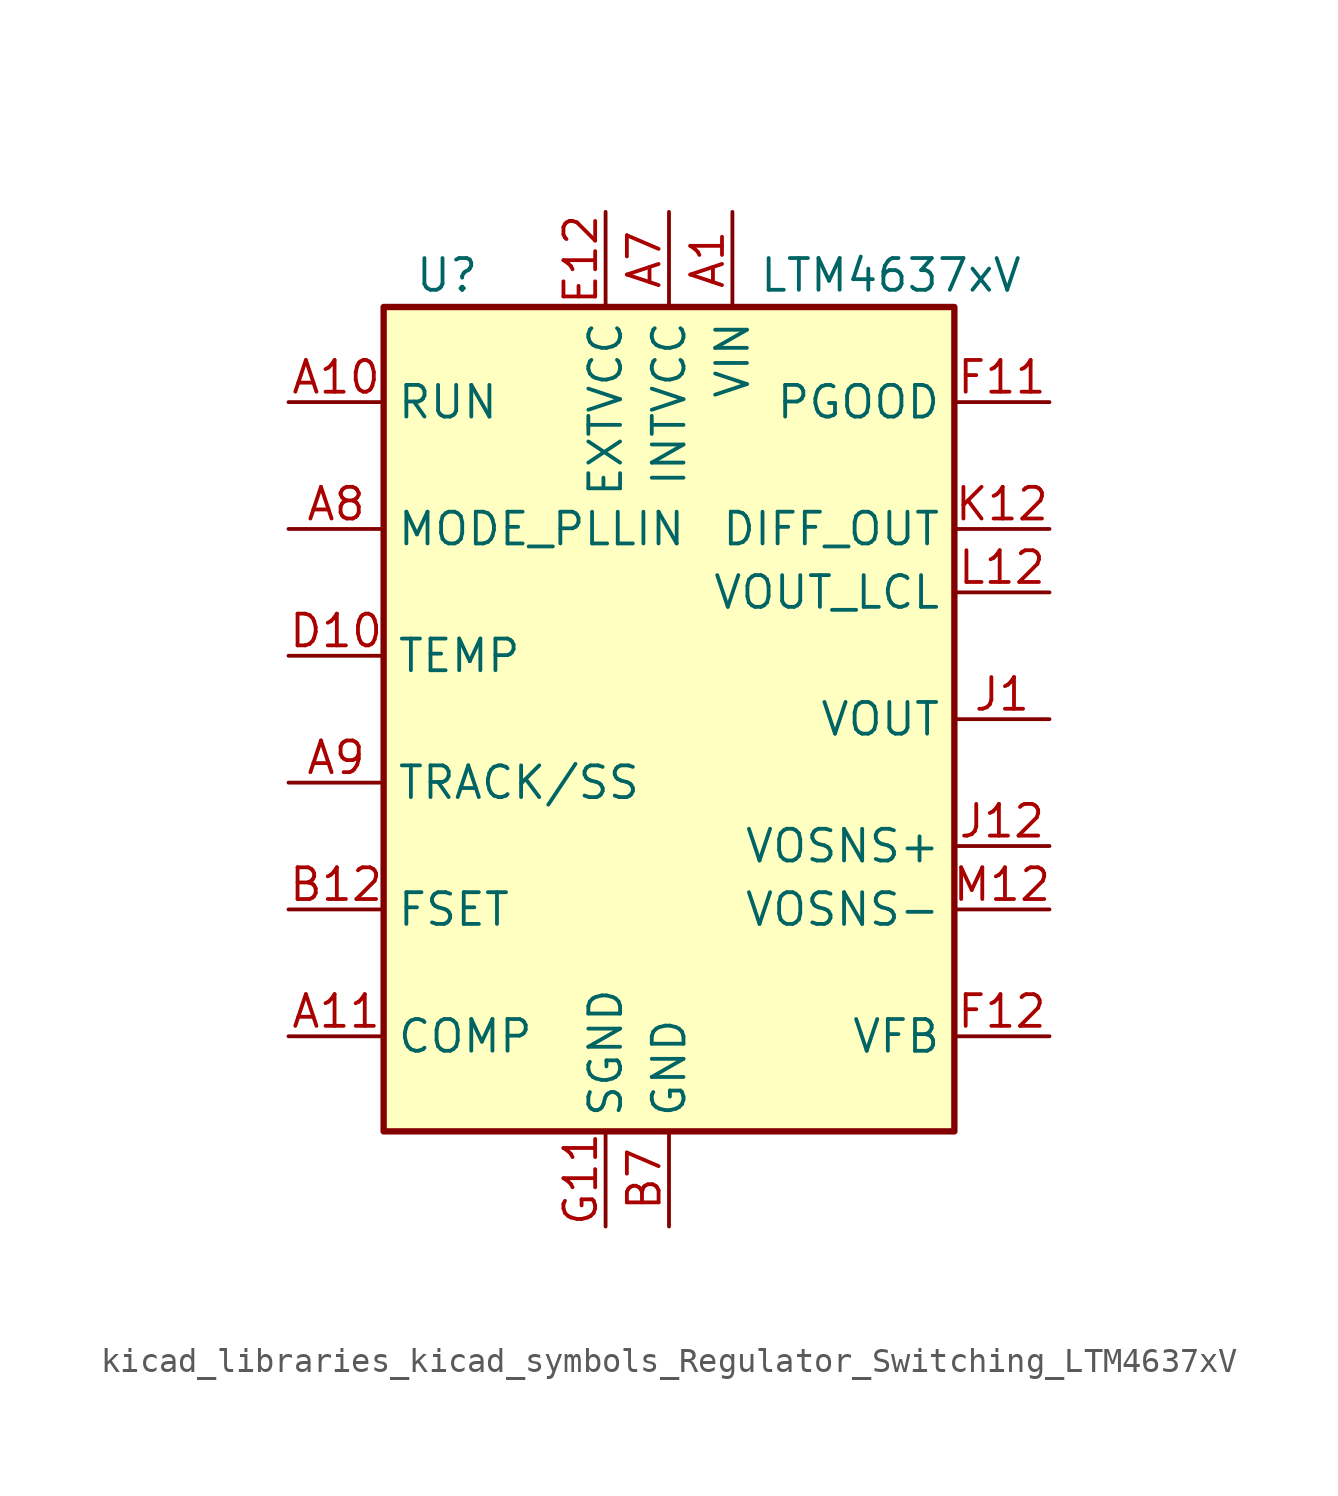
<source format=kicad_sym>
(kicad_symbol_lib
  (version 20220914)
  (generator kicad_symbol_editor)
  (symbol "kicad_libraries_kicad_symbols_Regulator_Switching_LTM4637xV"
    (property "Reference" "U"
      (at -8.89 17.78 0)
      (effects (font (size 1.27 1.27))))
    (property "Value" "LTM4637xV"
      (at 8.89 17.78 0)
      (effects (font (size 1.27 1.27))))
    (symbol "kicad_libraries_kicad_symbols_Regulator_Switching_LTM4637xV_0_1"
      (rectangle (start 11.43 16.51) (end -11.43 -16.51) (stroke (width 0.254) (type default)) (fill (type background))))
    (symbol "kicad_libraries_kicad_symbols_Regulator_Switching_LTM4637xV_1_1"
      (pin power_in line (at 2.54 20.32 270) (length 3.81) (name "VIN" (effects (font (size 1.27 1.27)))) (number "A1" (effects (font (size 1.27 1.27)))))
      (pin input line (at -15.24 12.7 0) (length 3.81) (name "RUN" (effects (font (size 1.27 1.27)))) (number "A10" (effects (font (size 1.27 1.27)))))
      (pin passive line (at -15.24 -12.7 0) (length 3.81) (name "COMP" (effects (font (size 1.27 1.27)))) (number "A11" (effects (font (size 1.27 1.27)))))
      (pin no_connect line (at -10.16 -15.24 90) (length 2.54) hide (name "MTP1" (effects (font (size 1.27 1.27)))) (number "A12" (effects (font (size 1.27 1.27)))))
      (pin passive line (at 2.54 20.32 270) (length 3.81) hide (name "VIN" (effects (font (size 1.27 1.27)))) (number "A2" (effects (font (size 1.27 1.27)))))
      (pin passive line (at 2.54 20.32 270) (length 3.81) hide (name "VIN" (effects (font (size 1.27 1.27)))) (number "A3" (effects (font (size 1.27 1.27)))))
      (pin passive line (at 2.54 20.32 270) (length 3.81) hide (name "VIN" (effects (font (size 1.27 1.27)))) (number "A4" (effects (font (size 1.27 1.27)))))
      (pin passive line (at 2.54 20.32 270) (length 3.81) hide (name "VIN" (effects (font (size 1.27 1.27)))) (number "A5" (effects (font (size 1.27 1.27)))))
      (pin passive line (at 2.54 20.32 270) (length 3.81) hide (name "VIN" (effects (font (size 1.27 1.27)))) (number "A6" (effects (font (size 1.27 1.27)))))
      (pin power_out line (at 0 20.32 270) (length 3.81) (name "INTVCC" (effects (font (size 1.27 1.27)))) (number "A7" (effects (font (size 1.27 1.27)))))
      (pin input line (at -15.24 7.62 0) (length 3.81) (name "MODE_PLLIN" (effects (font (size 1.27 1.27)))) (number "A8" (effects (font (size 1.27 1.27)))))
      (pin passive line (at -15.24 -2.54 0) (length 3.81) (name "TRACK/SS" (effects (font (size 1.27 1.27)))) (number "A9" (effects (font (size 1.27 1.27)))))
      (pin passive line (at 2.54 20.32 270) (length 3.81) hide (name "VIN" (effects (font (size 1.27 1.27)))) (number "B1" (effects (font (size 1.27 1.27)))))
      (pin no_connect line (at -7.62 -15.24 90) (length 2.54) hide (name "MTP2" (effects (font (size 1.27 1.27)))) (number "B11" (effects (font (size 1.27 1.27)))))
      (pin passive line (at -15.24 -7.62 0) (length 3.81) (name "FSET" (effects (font (size 1.27 1.27)))) (number "B12" (effects (font (size 1.27 1.27)))))
      (pin passive line (at 2.54 20.32 270) (length 3.81) hide (name "VIN" (effects (font (size 1.27 1.27)))) (number "B2" (effects (font (size 1.27 1.27)))))
      (pin passive line (at 2.54 20.32 270) (length 3.81) hide (name "VIN" (effects (font (size 1.27 1.27)))) (number "B3" (effects (font (size 1.27 1.27)))))
      (pin passive line (at 2.54 20.32 270) (length 3.81) hide (name "VIN" (effects (font (size 1.27 1.27)))) (number "B4" (effects (font (size 1.27 1.27)))))
      (pin passive line (at 2.54 20.32 270) (length 3.81) hide (name "VIN" (effects (font (size 1.27 1.27)))) (number "B5" (effects (font (size 1.27 1.27)))))
      (pin passive line (at 2.54 20.32 270) (length 3.81) hide (name "VIN" (effects (font (size 1.27 1.27)))) (number "B6" (effects (font (size 1.27 1.27)))))
      (pin power_in line (at 0 -20.32 90) (length 3.81) (name "GND" (effects (font (size 1.27 1.27)))) (number "B7" (effects (font (size 1.27 1.27)))))
      (pin passive line (at 0 -20.32 90) (length 3.81) hide (name "GND" (effects (font (size 1.27 1.27)))) (number "B9" (effects (font (size 1.27 1.27)))))
      (pin passive line (at 2.54 20.32 270) (length 3.81) hide (name "VIN" (effects (font (size 1.27 1.27)))) (number "C1" (effects (font (size 1.27 1.27)))))
      (pin no_connect line (at -5.08 -15.24 90) (length 2.54) hide (name "MTP3" (effects (font (size 1.27 1.27)))) (number "C10" (effects (font (size 1.27 1.27)))))
      (pin no_connect line (at 2.54 -15.24 90) (length 2.54) hide (name "MTP4" (effects (font (size 1.27 1.27)))) (number "C11" (effects (font (size 1.27 1.27)))))
      (pin no_connect line (at 5.08 -15.24 90) (length 2.54) hide (name "MTP5" (effects (font (size 1.27 1.27)))) (number "C12" (effects (font (size 1.27 1.27)))))
      (pin passive line (at 2.54 20.32 270) (length 3.81) hide (name "VIN" (effects (font (size 1.27 1.27)))) (number "C2" (effects (font (size 1.27 1.27)))))
      (pin passive line (at 2.54 20.32 270) (length 3.81) hide (name "VIN" (effects (font (size 1.27 1.27)))) (number "C3" (effects (font (size 1.27 1.27)))))
      (pin passive line (at 2.54 20.32 270) (length 3.81) hide (name "VIN" (effects (font (size 1.27 1.27)))) (number "C4" (effects (font (size 1.27 1.27)))))
      (pin passive line (at 2.54 20.32 270) (length 3.81) hide (name "VIN" (effects (font (size 1.27 1.27)))) (number "C5" (effects (font (size 1.27 1.27)))))
      (pin passive line (at 2.54 20.32 270) (length 3.81) hide (name "VIN" (effects (font (size 1.27 1.27)))) (number "C6" (effects (font (size 1.27 1.27)))))
      (pin passive line (at 0 -20.32 90) (length 3.81) hide (name "GND" (effects (font (size 1.27 1.27)))) (number "C7" (effects (font (size 1.27 1.27)))))
      (pin passive line (at 0 -20.32 90) (length 3.81) hide (name "GND" (effects (font (size 1.27 1.27)))) (number "C9" (effects (font (size 1.27 1.27)))))
      (pin passive line (at 0 -20.32 90) (length 3.81) hide (name "GND" (effects (font (size 1.27 1.27)))) (number "D1" (effects (font (size 1.27 1.27)))))
      (pin passive line (at -15.24 2.54 0) (length 3.81) (name "TEMP" (effects (font (size 1.27 1.27)))) (number "D10" (effects (font (size 1.27 1.27)))))
      (pin no_connect line (at 7.62 -15.24 90) (length 2.54) hide (name "MTP6" (effects (font (size 1.27 1.27)))) (number "D11" (effects (font (size 1.27 1.27)))))
      (pin no_connect line (at 10.16 -15.24 90) (length 2.54) hide (name "MTP7" (effects (font (size 1.27 1.27)))) (number "D12" (effects (font (size 1.27 1.27)))))
      (pin passive line (at 0 -20.32 90) (length 3.81) hide (name "GND" (effects (font (size 1.27 1.27)))) (number "D2" (effects (font (size 1.27 1.27)))))
      (pin passive line (at 0 -20.32 90) (length 3.81) hide (name "GND" (effects (font (size 1.27 1.27)))) (number "D3" (effects (font (size 1.27 1.27)))))
      (pin passive line (at 0 -20.32 90) (length 3.81) hide (name "GND" (effects (font (size 1.27 1.27)))) (number "D4" (effects (font (size 1.27 1.27)))))
      (pin passive line (at 0 -20.32 90) (length 3.81) hide (name "GND" (effects (font (size 1.27 1.27)))) (number "D5" (effects (font (size 1.27 1.27)))))
      (pin passive line (at 0 -20.32 90) (length 3.81) hide (name "GND" (effects (font (size 1.27 1.27)))) (number "D6" (effects (font (size 1.27 1.27)))))
      (pin passive line (at 0 -20.32 90) (length 3.81) hide (name "GND" (effects (font (size 1.27 1.27)))) (number "D8" (effects (font (size 1.27 1.27)))))
      (pin passive line (at 0 20.32 270) (length 3.81) hide (name "INTVCC" (effects (font (size 1.27 1.27)))) (number "D9" (effects (font (size 1.27 1.27)))))
      (pin passive line (at 0 -20.32 90) (length 3.81) hide (name "GND" (effects (font (size 1.27 1.27)))) (number "E1" (effects (font (size 1.27 1.27)))))
      (pin power_in line (at -2.54 20.32 270) (length 3.81) (name "EXTVCC" (effects (font (size 1.27 1.27)))) (number "E12" (effects (font (size 1.27 1.27)))))
      (pin passive line (at 0 -20.32 90) (length 3.81) hide (name "GND" (effects (font (size 1.27 1.27)))) (number "E2" (effects (font (size 1.27 1.27)))))
      (pin passive line (at 0 -20.32 90) (length 3.81) hide (name "GND" (effects (font (size 1.27 1.27)))) (number "E3" (effects (font (size 1.27 1.27)))))
      (pin passive line (at 0 -20.32 90) (length 3.81) hide (name "GND" (effects (font (size 1.27 1.27)))) (number "E4" (effects (font (size 1.27 1.27)))))
      (pin passive line (at 0 -20.32 90) (length 3.81) hide (name "GND" (effects (font (size 1.27 1.27)))) (number "E5" (effects (font (size 1.27 1.27)))))
      (pin passive line (at 0 -20.32 90) (length 3.81) hide (name "GND" (effects (font (size 1.27 1.27)))) (number "E6" (effects (font (size 1.27 1.27)))))
      (pin passive line (at 0 -20.32 90) (length 3.81) hide (name "GND" (effects (font (size 1.27 1.27)))) (number "E7" (effects (font (size 1.27 1.27)))))
      (pin passive line (at 0 -20.32 90) (length 3.81) hide (name "GND" (effects (font (size 1.27 1.27)))) (number "E9" (effects (font (size 1.27 1.27)))))
      (pin passive line (at 0 -20.32 90) (length 3.81) hide (name "GND" (effects (font (size 1.27 1.27)))) (number "F1" (effects (font (size 1.27 1.27)))))
      (pin open_collector line (at 15.24 12.7 180) (length 3.81) (name "PGOOD" (effects (font (size 1.27 1.27)))) (number "F11" (effects (font (size 1.27 1.27)))))
      (pin input line (at 15.24 -12.7 180) (length 3.81) (name "VFB" (effects (font (size 1.27 1.27)))) (number "F12" (effects (font (size 1.27 1.27)))))
      (pin passive line (at 0 -20.32 90) (length 3.81) hide (name "GND" (effects (font (size 1.27 1.27)))) (number "F2" (effects (font (size 1.27 1.27)))))
      (pin passive line (at 0 -20.32 90) (length 3.81) hide (name "GND" (effects (font (size 1.27 1.27)))) (number "F3" (effects (font (size 1.27 1.27)))))
      (pin passive line (at 0 -20.32 90) (length 3.81) hide (name "GND" (effects (font (size 1.27 1.27)))) (number "F4" (effects (font (size 1.27 1.27)))))
      (pin passive line (at 0 -20.32 90) (length 3.81) hide (name "GND" (effects (font (size 1.27 1.27)))) (number "F5" (effects (font (size 1.27 1.27)))))
      (pin passive line (at 0 -20.32 90) (length 3.81) hide (name "GND" (effects (font (size 1.27 1.27)))) (number "F6" (effects (font (size 1.27 1.27)))))
      (pin passive line (at 0 -20.32 90) (length 3.81) hide (name "GND" (effects (font (size 1.27 1.27)))) (number "F7" (effects (font (size 1.27 1.27)))))
      (pin passive line (at 0 -20.32 90) (length 3.81) hide (name "GND" (effects (font (size 1.27 1.27)))) (number "F8" (effects (font (size 1.27 1.27)))))
      (pin passive line (at 0 -20.32 90) (length 3.81) hide (name "GND" (effects (font (size 1.27 1.27)))) (number "F9" (effects (font (size 1.27 1.27)))))
      (pin passive line (at 0 -20.32 90) (length 3.81) hide (name "GND" (effects (font (size 1.27 1.27)))) (number "G1" (effects (font (size 1.27 1.27)))))
      (pin power_in line (at -2.54 -20.32 90) (length 3.81) (name "SGND" (effects (font (size 1.27 1.27)))) (number "G11" (effects (font (size 1.27 1.27)))))
      (pin open_collector line (at 15.24 12.7 180) (length 3.81) hide (name "PGOOD" (effects (font (size 1.27 1.27)))) (number "G12" (effects (font (size 1.27 1.27)))))
      (pin passive line (at 0 -20.32 90) (length 3.81) hide (name "GND" (effects (font (size 1.27 1.27)))) (number "G2" (effects (font (size 1.27 1.27)))))
      (pin passive line (at 0 -20.32 90) (length 3.81) hide (name "GND" (effects (font (size 1.27 1.27)))) (number "G3" (effects (font (size 1.27 1.27)))))
      (pin passive line (at 0 -20.32 90) (length 3.81) hide (name "GND" (effects (font (size 1.27 1.27)))) (number "G4" (effects (font (size 1.27 1.27)))))
      (pin passive line (at 0 -20.32 90) (length 3.81) hide (name "GND" (effects (font (size 1.27 1.27)))) (number "G5" (effects (font (size 1.27 1.27)))))
      (pin passive line (at 0 -20.32 90) (length 3.81) hide (name "GND" (effects (font (size 1.27 1.27)))) (number "G6" (effects (font (size 1.27 1.27)))))
      (pin passive line (at 0 -20.32 90) (length 3.81) hide (name "GND" (effects (font (size 1.27 1.27)))) (number "G7" (effects (font (size 1.27 1.27)))))
      (pin passive line (at 0 -20.32 90) (length 3.81) hide (name "GND" (effects (font (size 1.27 1.27)))) (number "G8" (effects (font (size 1.27 1.27)))))
      (pin passive line (at 0 -20.32 90) (length 3.81) hide (name "GND" (effects (font (size 1.27 1.27)))) (number "G9" (effects (font (size 1.27 1.27)))))
      (pin passive line (at 0 -20.32 90) (length 3.81) hide (name "GND" (effects (font (size 1.27 1.27)))) (number "H1" (effects (font (size 1.27 1.27)))))
      (pin passive line (at -2.54 -20.32 90) (length 3.81) hide (name "SGND" (effects (font (size 1.27 1.27)))) (number "H11" (effects (font (size 1.27 1.27)))))
      (pin passive line (at -2.54 -20.32 90) (length 3.81) hide (name "SGND" (effects (font (size 1.27 1.27)))) (number "H12" (effects (font (size 1.27 1.27)))))
      (pin passive line (at 0 -20.32 90) (length 3.81) hide (name "GND" (effects (font (size 1.27 1.27)))) (number "H2" (effects (font (size 1.27 1.27)))))
      (pin passive line (at 0 -20.32 90) (length 3.81) hide (name "GND" (effects (font (size 1.27 1.27)))) (number "H3" (effects (font (size 1.27 1.27)))))
      (pin passive line (at 0 -20.32 90) (length 3.81) hide (name "GND" (effects (font (size 1.27 1.27)))) (number "H4" (effects (font (size 1.27 1.27)))))
      (pin passive line (at 0 -20.32 90) (length 3.81) hide (name "GND" (effects (font (size 1.27 1.27)))) (number "H5" (effects (font (size 1.27 1.27)))))
      (pin passive line (at 0 -20.32 90) (length 3.81) hide (name "GND" (effects (font (size 1.27 1.27)))) (number "H6" (effects (font (size 1.27 1.27)))))
      (pin passive line (at 0 -20.32 90) (length 3.81) hide (name "GND" (effects (font (size 1.27 1.27)))) (number "H7" (effects (font (size 1.27 1.27)))))
      (pin passive line (at 0 -20.32 90) (length 3.81) hide (name "GND" (effects (font (size 1.27 1.27)))) (number "H8" (effects (font (size 1.27 1.27)))))
      (pin passive line (at 0 -20.32 90) (length 3.81) hide (name "GND" (effects (font (size 1.27 1.27)))) (number "H9" (effects (font (size 1.27 1.27)))))
      (pin power_out line (at 15.24 0 180) (length 3.81) (name "VOUT" (effects (font (size 1.27 1.27)))) (number "J1" (effects (font (size 1.27 1.27)))))
      (pin passive line (at 15.24 0 180) (length 3.81) hide (name "VOUT" (effects (font (size 1.27 1.27)))) (number "J10" (effects (font (size 1.27 1.27)))))
      (pin input line (at 15.24 -5.08 180) (length 3.81) (name "VOSNS+" (effects (font (size 1.27 1.27)))) (number "J12" (effects (font (size 1.27 1.27)))))
      (pin passive line (at 15.24 0 180) (length 3.81) hide (name "VOUT" (effects (font (size 1.27 1.27)))) (number "J2" (effects (font (size 1.27 1.27)))))
      (pin passive line (at 15.24 0 180) (length 3.81) hide (name "VOUT" (effects (font (size 1.27 1.27)))) (number "J3" (effects (font (size 1.27 1.27)))))
      (pin passive line (at 15.24 0 180) (length 3.81) hide (name "VOUT" (effects (font (size 1.27 1.27)))) (number "J4" (effects (font (size 1.27 1.27)))))
      (pin passive line (at 15.24 0 180) (length 3.81) hide (name "VOUT" (effects (font (size 1.27 1.27)))) (number "J5" (effects (font (size 1.27 1.27)))))
      (pin passive line (at 15.24 0 180) (length 3.81) hide (name "VOUT" (effects (font (size 1.27 1.27)))) (number "J6" (effects (font (size 1.27 1.27)))))
      (pin passive line (at 15.24 0 180) (length 3.81) hide (name "VOUT" (effects (font (size 1.27 1.27)))) (number "J7" (effects (font (size 1.27 1.27)))))
      (pin passive line (at 15.24 0 180) (length 3.81) hide (name "VOUT" (effects (font (size 1.27 1.27)))) (number "J8" (effects (font (size 1.27 1.27)))))
      (pin passive line (at 15.24 0 180) (length 3.81) hide (name "VOUT" (effects (font (size 1.27 1.27)))) (number "J9" (effects (font (size 1.27 1.27)))))
      (pin passive line (at 15.24 0 180) (length 3.81) hide (name "VOUT" (effects (font (size 1.27 1.27)))) (number "K1" (effects (font (size 1.27 1.27)))))
      (pin passive line (at 15.24 0 180) (length 3.81) hide (name "VOUT" (effects (font (size 1.27 1.27)))) (number "K10" (effects (font (size 1.27 1.27)))))
      (pin passive line (at 15.24 0 180) (length 3.81) hide (name "VOUT" (effects (font (size 1.27 1.27)))) (number "K11" (effects (font (size 1.27 1.27)))))
      (pin output line (at 15.24 7.62 180) (length 3.81) (name "DIFF_OUT" (effects (font (size 1.27 1.27)))) (number "K12" (effects (font (size 1.27 1.27)))))
      (pin passive line (at 15.24 0 180) (length 3.81) hide (name "VOUT" (effects (font (size 1.27 1.27)))) (number "K2" (effects (font (size 1.27 1.27)))))
      (pin passive line (at 15.24 0 180) (length 3.81) hide (name "VOUT" (effects (font (size 1.27 1.27)))) (number "K3" (effects (font (size 1.27 1.27)))))
      (pin passive line (at 15.24 0 180) (length 3.81) hide (name "VOUT" (effects (font (size 1.27 1.27)))) (number "K4" (effects (font (size 1.27 1.27)))))
      (pin passive line (at 15.24 0 180) (length 3.81) hide (name "VOUT" (effects (font (size 1.27 1.27)))) (number "K5" (effects (font (size 1.27 1.27)))))
      (pin passive line (at 15.24 0 180) (length 3.81) hide (name "VOUT" (effects (font (size 1.27 1.27)))) (number "K6" (effects (font (size 1.27 1.27)))))
      (pin passive line (at 15.24 0 180) (length 3.81) hide (name "VOUT" (effects (font (size 1.27 1.27)))) (number "K7" (effects (font (size 1.27 1.27)))))
      (pin passive line (at 15.24 0 180) (length 3.81) hide (name "VOUT" (effects (font (size 1.27 1.27)))) (number "K8" (effects (font (size 1.27 1.27)))))
      (pin passive line (at 15.24 0 180) (length 3.81) hide (name "VOUT" (effects (font (size 1.27 1.27)))) (number "K9" (effects (font (size 1.27 1.27)))))
      (pin passive line (at 15.24 0 180) (length 3.81) hide (name "VOUT" (effects (font (size 1.27 1.27)))) (number "L1" (effects (font (size 1.27 1.27)))))
      (pin passive line (at 15.24 0 180) (length 3.81) hide (name "VOUT" (effects (font (size 1.27 1.27)))) (number "L10" (effects (font (size 1.27 1.27)))))
      (pin passive line (at 15.24 0 180) (length 3.81) hide (name "VOUT" (effects (font (size 1.27 1.27)))) (number "L11" (effects (font (size 1.27 1.27)))))
      (pin input line (at 15.24 5.08 180) (length 3.81) (name "VOUT_LCL" (effects (font (size 1.27 1.27)))) (number "L12" (effects (font (size 1.27 1.27)))))
      (pin passive line (at 15.24 0 180) (length 3.81) hide (name "VOUT" (effects (font (size 1.27 1.27)))) (number "L2" (effects (font (size 1.27 1.27)))))
      (pin passive line (at 15.24 0 180) (length 3.81) hide (name "VOUT" (effects (font (size 1.27 1.27)))) (number "L3" (effects (font (size 1.27 1.27)))))
      (pin passive line (at 15.24 0 180) (length 3.81) hide (name "VOUT" (effects (font (size 1.27 1.27)))) (number "L4" (effects (font (size 1.27 1.27)))))
      (pin passive line (at 15.24 0 180) (length 3.81) hide (name "VOUT" (effects (font (size 1.27 1.27)))) (number "L5" (effects (font (size 1.27 1.27)))))
      (pin passive line (at 15.24 0 180) (length 3.81) hide (name "VOUT" (effects (font (size 1.27 1.27)))) (number "L6" (effects (font (size 1.27 1.27)))))
      (pin passive line (at 15.24 0 180) (length 3.81) hide (name "VOUT" (effects (font (size 1.27 1.27)))) (number "L7" (effects (font (size 1.27 1.27)))))
      (pin passive line (at 15.24 0 180) (length 3.81) hide (name "VOUT" (effects (font (size 1.27 1.27)))) (number "L8" (effects (font (size 1.27 1.27)))))
      (pin passive line (at 15.24 0 180) (length 3.81) hide (name "VOUT" (effects (font (size 1.27 1.27)))) (number "L9" (effects (font (size 1.27 1.27)))))
      (pin passive line (at 15.24 0 180) (length 3.81) hide (name "VOUT" (effects (font (size 1.27 1.27)))) (number "M1" (effects (font (size 1.27 1.27)))))
      (pin passive line (at 15.24 0 180) (length 3.81) hide (name "VOUT" (effects (font (size 1.27 1.27)))) (number "M10" (effects (font (size 1.27 1.27)))))
      (pin passive line (at 15.24 0 180) (length 3.81) hide (name "VOUT" (effects (font (size 1.27 1.27)))) (number "M11" (effects (font (size 1.27 1.27)))))
      (pin input line (at 15.24 -7.62 180) (length 3.81) (name "VOSNS-" (effects (font (size 1.27 1.27)))) (number "M12" (effects (font (size 1.27 1.27)))))
      (pin passive line (at 15.24 0 180) (length 3.81) hide (name "VOUT" (effects (font (size 1.27 1.27)))) (number "M2" (effects (font (size 1.27 1.27)))))
      (pin passive line (at 15.24 0 180) (length 3.81) hide (name "VOUT" (effects (font (size 1.27 1.27)))) (number "M3" (effects (font (size 1.27 1.27)))))
      (pin passive line (at 15.24 0 180) (length 3.81) hide (name "VOUT" (effects (font (size 1.27 1.27)))) (number "M4" (effects (font (size 1.27 1.27)))))
      (pin passive line (at 15.24 0 180) (length 3.81) hide (name "VOUT" (effects (font (size 1.27 1.27)))) (number "M5" (effects (font (size 1.27 1.27)))))
      (pin passive line (at 15.24 0 180) (length 3.81) hide (name "VOUT" (effects (font (size 1.27 1.27)))) (number "M6" (effects (font (size 1.27 1.27)))))
      (pin passive line (at 15.24 0 180) (length 3.81) hide (name "VOUT" (effects (font (size 1.27 1.27)))) (number "M7" (effects (font (size 1.27 1.27)))))
      (pin passive line (at 15.24 0 180) (length 3.81) hide (name "VOUT" (effects (font (size 1.27 1.27)))) (number "M8" (effects (font (size 1.27 1.27)))))
      (pin passive line (at 15.24 0 180) (length 3.81) hide (name "VOUT" (effects (font (size 1.27 1.27)))) (number "M9" (effects (font (size 1.27 1.27))))))))
</source>
